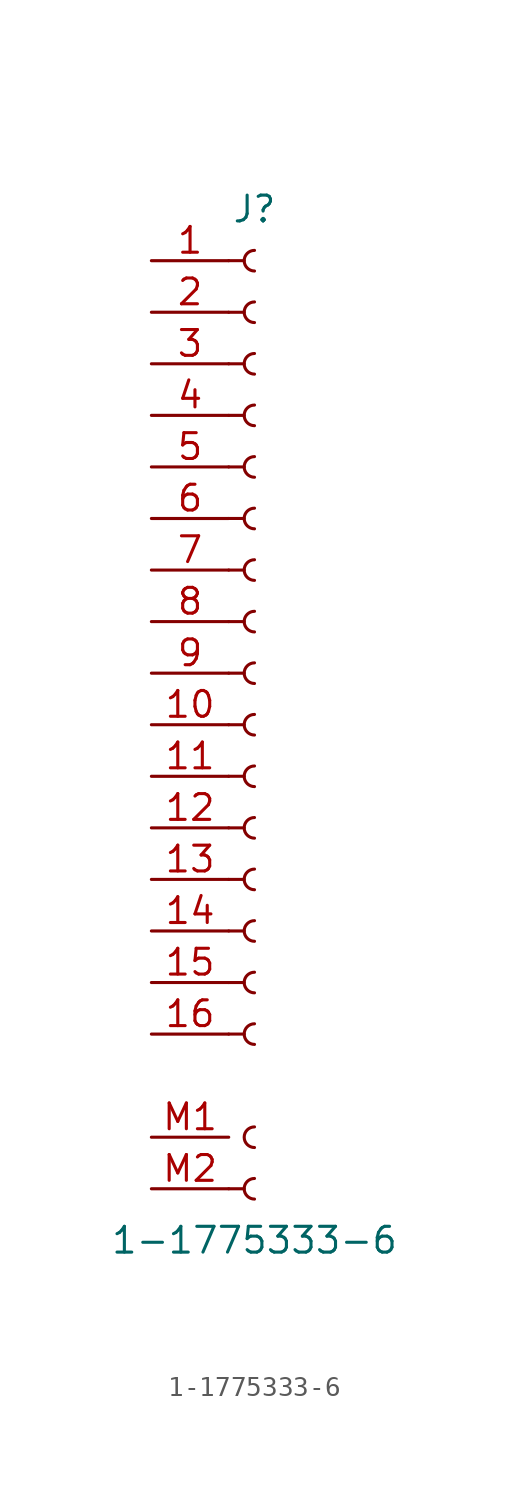
<source format=kicad_sym>
(kicad_symbol_lib
  (version 20220914)
  (generator kicad_symbol_editor)
  (symbol "1-1775333-6"
    (pin_names
      (offset 1.016) hide)
    (property "Reference" "J"
      (at 0 20.32 0)
      (effects (font (size 1.27 1.27))))
    (property "Value" "1-1775333-6"
      (at 0 -30.48 0)
      (effects (font (size 1.27 1.27))))
    (symbol "1-1775333-6_1_1"
      (arc (start 0 -27.432) (mid -0.5058 -27.94) (end 0 -28.448) (stroke (width 0.1524) (type default)) (fill (type none)))
      (arc (start 0 -24.892) (mid -0.5058 -25.4) (end 0 -25.908) (stroke (width 0.1524) (type default)) (fill (type none)))
      (arc (start 0 -19.812) (mid -0.5058 -20.32) (end 0 -20.828) (stroke (width 0.1524) (type default)) (fill (type none)))
      (arc (start 0 -17.272) (mid -0.5058 -17.78) (end 0 -18.288) (stroke (width 0.1524) (type default)) (fill (type none)))
      (arc (start 0 -14.732) (mid -0.5058 -15.24) (end 0 -15.748) (stroke (width 0.1524) (type default)) (fill (type none)))
      (arc (start 0 -12.192) (mid -0.5058 -12.7) (end 0 -13.208) (stroke (width 0.1524) (type default)) (fill (type none)))
      (arc (start 0 -9.652) (mid -0.5058 -10.16) (end 0 -10.668) (stroke (width 0.1524) (type default)) (fill (type none)))
      (arc (start 0 -7.112) (mid -0.5058 -7.62) (end 0 -8.128) (stroke (width 0.1524) (type default)) (fill (type none)))
      (arc (start 0 -4.572) (mid -0.5058 -5.08) (end 0 -5.588) (stroke (width 0.1524) (type default)) (fill (type none)))
      (arc (start 0 -2.032) (mid -0.5058 -2.54) (end 0 -3.048) (stroke (width 0.1524) (type default)) (fill (type none)))
      (polyline (pts (xy -1.27 -27.94) (xy -0.508 -27.94)) (stroke (width 0.152) (type default)) (fill (type none)))
      (polyline (pts (xy -1.27 -20.32) (xy -0.508 -20.32)) (stroke (width 0.152) (type default)) (fill (type none)))
      (polyline (pts (xy -1.27 -17.78) (xy -0.508 -17.78)) (stroke (width 0.152) (type default)) (fill (type none)))
      (polyline (pts (xy -1.27 -15.24) (xy -0.508 -15.24)) (stroke (width 0.152) (type default)) (fill (type none)))
      (polyline (pts (xy -1.27 -12.7) (xy -0.508 -12.7)) (stroke (width 0.152) (type default)) (fill (type none)))
      (polyline (pts (xy -1.27 -10.16) (xy -0.508 -10.16)) (stroke (width 0.152) (type default)) (fill (type none)))
      (polyline (pts (xy -1.27 -7.62) (xy -0.508 -7.62)) (stroke (width 0.152) (type default)) (fill (type none)))
      (polyline (pts (xy -1.27 -5.08) (xy -0.508 -5.08)) (stroke (width 0.152) (type default)) (fill (type none)))
      (polyline (pts (xy -1.27 -2.54) (xy -0.508 -2.54)) (stroke (width 0.152) (type default)) (fill (type none)))
      (polyline (pts (xy -1.27 0) (xy -0.508 0)) (stroke (width 0.152) (type default)) (fill (type none)))
      (polyline (pts (xy -1.27 2.54) (xy -0.508 2.54)) (stroke (width 0.152) (type default)) (fill (type none)))
      (polyline (pts (xy -1.27 5.08) (xy -0.508 5.08)) (stroke (width 0.152) (type default)) (fill (type none)))
      (polyline (pts (xy -1.27 7.62) (xy -0.508 7.62)) (stroke (width 0.152) (type default)) (fill (type none)))
      (polyline (pts (xy -1.27 10.16) (xy -0.508 10.16)) (stroke (width 0.152) (type default)) (fill (type none)))
      (polyline (pts (xy -1.27 12.7) (xy -0.508 12.7)) (stroke (width 0.152) (type default)) (fill (type none)))
      (polyline (pts (xy -1.27 15.24) (xy -0.508 15.24)) (stroke (width 0.152) (type default)) (fill (type none)))
      (polyline (pts (xy -1.27 17.78) (xy -0.508 17.78)) (stroke (width 0.152) (type default)) (fill (type none)))
      (arc (start 0 0.508) (mid -0.5058 0) (end 0 -0.508) (stroke (width 0.1524) (type default)) (fill (type none)))
      (arc (start 0 3.048) (mid -0.5058 2.54) (end 0 2.032) (stroke (width 0.1524) (type default)) (fill (type none)))
      (arc (start 0 5.588) (mid -0.5058 5.08) (end 0 4.572) (stroke (width 0.1524) (type default)) (fill (type none)))
      (arc (start 0 8.128) (mid -0.5058 7.62) (end 0 7.112) (stroke (width 0.1524) (type default)) (fill (type none)))
      (arc (start 0 10.668) (mid -0.5058 10.16) (end 0 9.652) (stroke (width 0.1524) (type default)) (fill (type none)))
      (arc (start 0 13.208) (mid -0.5058 12.7) (end 0 12.192) (stroke (width 0.1524) (type default)) (fill (type none)))
      (arc (start 0 15.748) (mid -0.5058 15.24) (end 0 14.732) (stroke (width 0.1524) (type default)) (fill (type none)))
      (arc (start 0 18.288) (mid -0.5058 17.78) (end 0 17.272) (stroke (width 0.1524) (type default)) (fill (type none)))
      (pin passive line (at -5.08 17.78 0) (length 3.81) (name "Pin_1" (effects (font (size 1.27 1.27)))) (number "1" (effects (font (size 1.27 1.27)))))
      (pin passive line (at -5.08 -5.08 0) (length 3.81) (name "Pin_10" (effects (font (size 1.27 1.27)))) (number "10" (effects (font (size 1.27 1.27)))))
      (pin passive line (at -5.08 -7.62 0) (length 3.81) (name "Pin_11" (effects (font (size 1.27 1.27)))) (number "11" (effects (font (size 1.27 1.27)))))
      (pin passive line (at -5.08 -10.16 0) (length 3.81) (name "Pin_12" (effects (font (size 1.27 1.27)))) (number "12" (effects (font (size 1.27 1.27)))))
      (pin passive line (at -5.08 -12.7 0) (length 3.81) (name "Pin_13" (effects (font (size 1.27 1.27)))) (number "13" (effects (font (size 1.27 1.27)))))
      (pin passive line (at -5.08 -15.24 0) (length 3.81) (name "Pin_14" (effects (font (size 1.27 1.27)))) (number "14" (effects (font (size 1.27 1.27)))))
      (pin passive line (at -5.08 -17.78 0) (length 3.81) (name "Pin_15" (effects (font (size 1.27 1.27)))) (number "15" (effects (font (size 1.27 1.27)))))
      (pin passive line (at -5.08 -20.32 0) (length 3.81) (name "Pin_16" (effects (font (size 1.27 1.27)))) (number "16" (effects (font (size 1.27 1.27)))))
      (pin passive line (at -5.08 15.24 0) (length 3.81) (name "Pin_2" (effects (font (size 1.27 1.27)))) (number "2" (effects (font (size 1.27 1.27)))))
      (pin passive line (at -5.08 12.7 0) (length 3.81) (name "Pin_3" (effects (font (size 1.27 1.27)))) (number "3" (effects (font (size 1.27 1.27)))))
      (pin passive line (at -5.08 10.16 0) (length 3.81) (name "Pin_4" (effects (font (size 1.27 1.27)))) (number "4" (effects (font (size 1.27 1.27)))))
      (pin passive line (at -5.08 7.62 0) (length 3.81) (name "Pin_5" (effects (font (size 1.27 1.27)))) (number "5" (effects (font (size 1.27 1.27)))))
      (pin passive line (at -5.08 5.08 0) (length 3.81) (name "Pin_6" (effects (font (size 1.27 1.27)))) (number "6" (effects (font (size 1.27 1.27)))))
      (pin passive line (at -5.08 2.54 0) (length 3.81) (name "Pin_7" (effects (font (size 1.27 1.27)))) (number "7" (effects (font (size 1.27 1.27)))))
      (pin passive line (at -5.08 0 0) (length 3.81) (name "Pin_8" (effects (font (size 1.27 1.27)))) (number "8" (effects (font (size 1.27 1.27)))))
      (pin passive line (at -5.08 -2.54 0) (length 3.81) (name "Pin_9" (effects (font (size 1.27 1.27)))) (number "9" (effects (font (size 1.27 1.27)))))
      (pin passive line (at -5.08 -25.4 0) (length 3.81) (name "M1" (effects (font (size 1.27 1.27)))) (number "M1" (effects (font (size 1.27 1.27)))))
      (pin passive line (at -5.08 -27.94 0) (length 3.81) (name "M2" (effects (font (size 1.27 1.27)))) (number "M2" (effects (font (size 1.27 1.27))))))))
</source>
